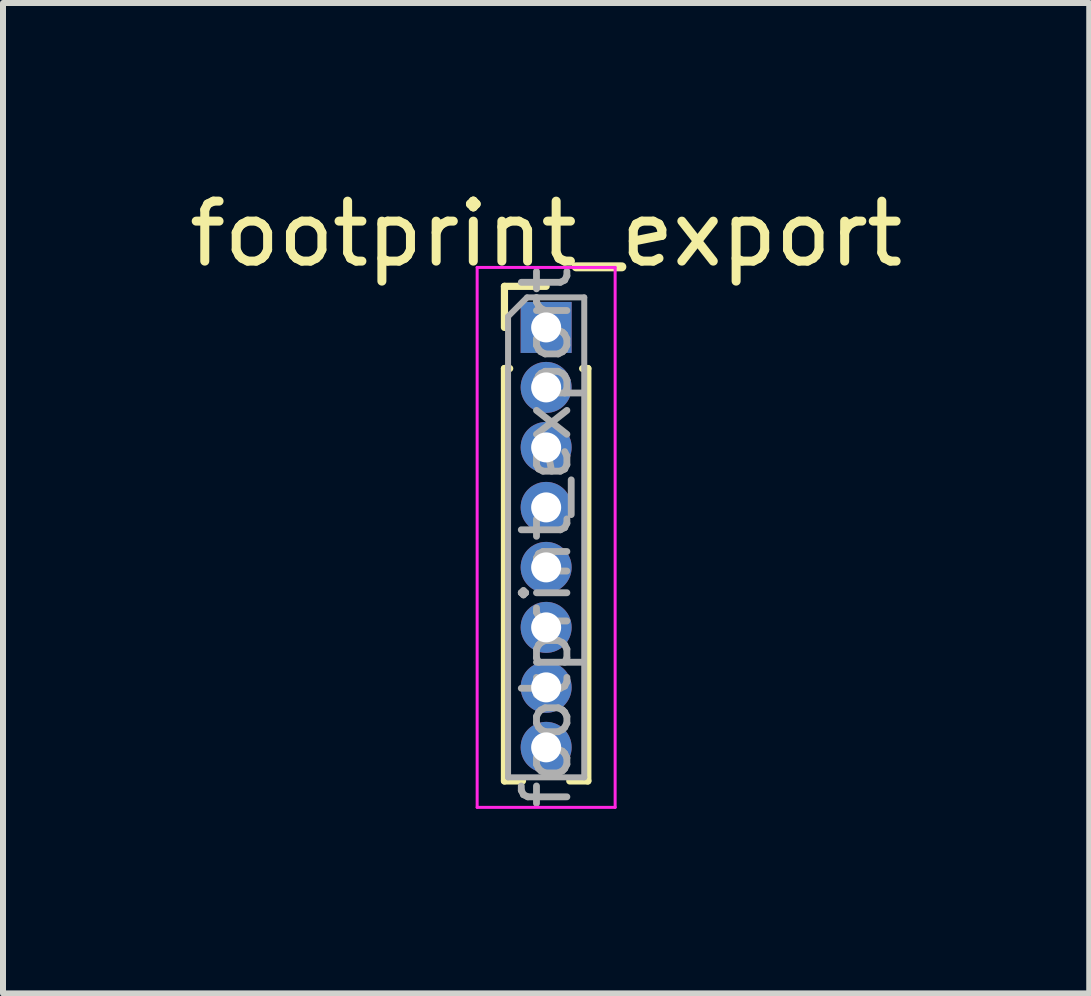
<source format=kicad_pcb>
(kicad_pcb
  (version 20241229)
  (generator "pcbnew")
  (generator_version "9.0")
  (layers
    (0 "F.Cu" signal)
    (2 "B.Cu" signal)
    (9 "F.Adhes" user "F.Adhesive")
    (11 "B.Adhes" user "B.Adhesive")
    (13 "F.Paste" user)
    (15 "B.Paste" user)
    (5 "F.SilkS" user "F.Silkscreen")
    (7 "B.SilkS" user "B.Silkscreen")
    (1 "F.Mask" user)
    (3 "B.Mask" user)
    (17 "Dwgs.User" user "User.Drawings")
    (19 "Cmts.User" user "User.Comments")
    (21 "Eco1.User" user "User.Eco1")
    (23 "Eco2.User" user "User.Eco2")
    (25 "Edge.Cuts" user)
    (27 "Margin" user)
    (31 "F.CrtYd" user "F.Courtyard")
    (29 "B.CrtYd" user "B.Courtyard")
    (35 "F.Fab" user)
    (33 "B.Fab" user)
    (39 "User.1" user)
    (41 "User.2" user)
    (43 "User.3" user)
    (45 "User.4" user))
  (footprint "footprint_export"
    (layer "F.Cu")
    (at 6.054 2.408)
    (property "Reference" "footprint_export" (at 0 -1.56 0) (layer "F.SilkS") (effects (font (size 1 1) (thickness 0.15))))
    (attr through_hole)
    (fp_line (start -0.695 -0.685) (end 0 -0.685) (stroke (width 0.12) (type solid)) (layer "F.SilkS"))
    (fp_line (start -0.695 0) (end -0.695 -0.685) (stroke (width 0.12) (type solid)) (layer "F.SilkS"))
    (fp_line (start -0.695 0.685) (end -0.695 7.56) (stroke (width 0.12) (type solid)) (layer "F.SilkS"))
    (fp_line (start -0.695 0.685) (end -0.608 0.685) (stroke (width 0.12) (type solid)) (layer "F.SilkS"))
    (fp_line (start -0.695 7.56) (end -0.394 7.56) (stroke (width 0.12) (type solid)) (layer "F.SilkS"))
    (fp_line (start 0.394 7.56) (end 0.695 7.56) (stroke (width 0.12) (type solid)) (layer "F.SilkS"))
    (fp_line (start 0.608 0.685) (end 0.695 0.685) (stroke (width 0.12) (type solid)) (layer "F.SilkS"))
    (fp_line (start 0.695 0.685) (end 0.695 7.56) (stroke (width 0.12) (type solid)) (layer "F.SilkS"))
    (fp_line (start -1.15 -1) (end -1.15 8) (stroke (width 0.05) (type solid)) (layer "F.CrtYd"))
    (fp_line (start -1.15 8) (end 1.15 8) (stroke (width 0.05) (type solid)) (layer "F.CrtYd"))
    (fp_line (start 1.15 -1) (end -1.15 -1) (stroke (width 0.05) (type solid)) (layer "F.CrtYd"))
    (fp_line (start 1.15 8) (end 1.15 -1) (stroke (width 0.05) (type solid)) (layer "F.CrtYd"))
    (fp_line (start -0.635 -0.182) (end -0.318 -0.5) (stroke (width 0.1) (type solid)) (layer "F.Fab"))
    (fp_line (start -0.635 7.5) (end -0.635 -0.182) (stroke (width 0.1) (type solid)) (layer "F.Fab"))
    (fp_line (start -0.318 -0.5) (end 0.635 -0.5) (stroke (width 0.1) (type solid)) (layer "F.Fab"))
    (fp_line (start 0.635 -0.5) (end 0.635 7.5) (stroke (width 0.1) (type solid)) (layer "F.Fab"))
    (fp_line (start 0.635 7.5) (end -0.635 7.5) (stroke (width 0.1) (type solid)) (layer "F.Fab"))
    (fp_text user "${REFERENCE}" (at 0 3.5 90) (layer "F.Fab") (effects (font (size 0.76 0.76) (thickness 0.114))))
    (pad "1" thru_hole rect (at 0 0) (size 0.85 0.85) (drill 0.5) (layers "*.Cu" "*.Mask"))
    (pad "2" thru_hole oval (at 0 1) (size 0.85 0.85) (drill 0.5) (layers "*.Cu" "*.Mask"))
    (pad "3" thru_hole oval (at 0 2) (size 0.85 0.85) (drill 0.5) (layers "*.Cu" "*.Mask"))
    (pad "4" thru_hole oval (at 0 3) (size 0.85 0.85) (drill 0.5) (layers "*.Cu" "*.Mask"))
    (pad "5" thru_hole oval (at 0 4) (size 0.85 0.85) (drill 0.5) (layers "*.Cu" "*.Mask"))
    (pad "6" thru_hole oval (at 0 5) (size 0.85 0.85) (drill 0.5) (layers "*.Cu" "*.Mask"))
    (pad "7" thru_hole oval (at 0 6) (size 0.85 0.85) (drill 0.5) (layers "*.Cu" "*.Mask"))
    (pad "8" thru_hole oval (at 0 7) (size 0.85 0.85) (drill 0.5) (layers "*.Cu" "*.Mask")))
  (gr_rect
    (start -3 -3)
    (end 15.107 13.509)
    (stroke (width 0.1) (type default))
    (fill no)
    (layer "Edge.Cuts")))
</source>
